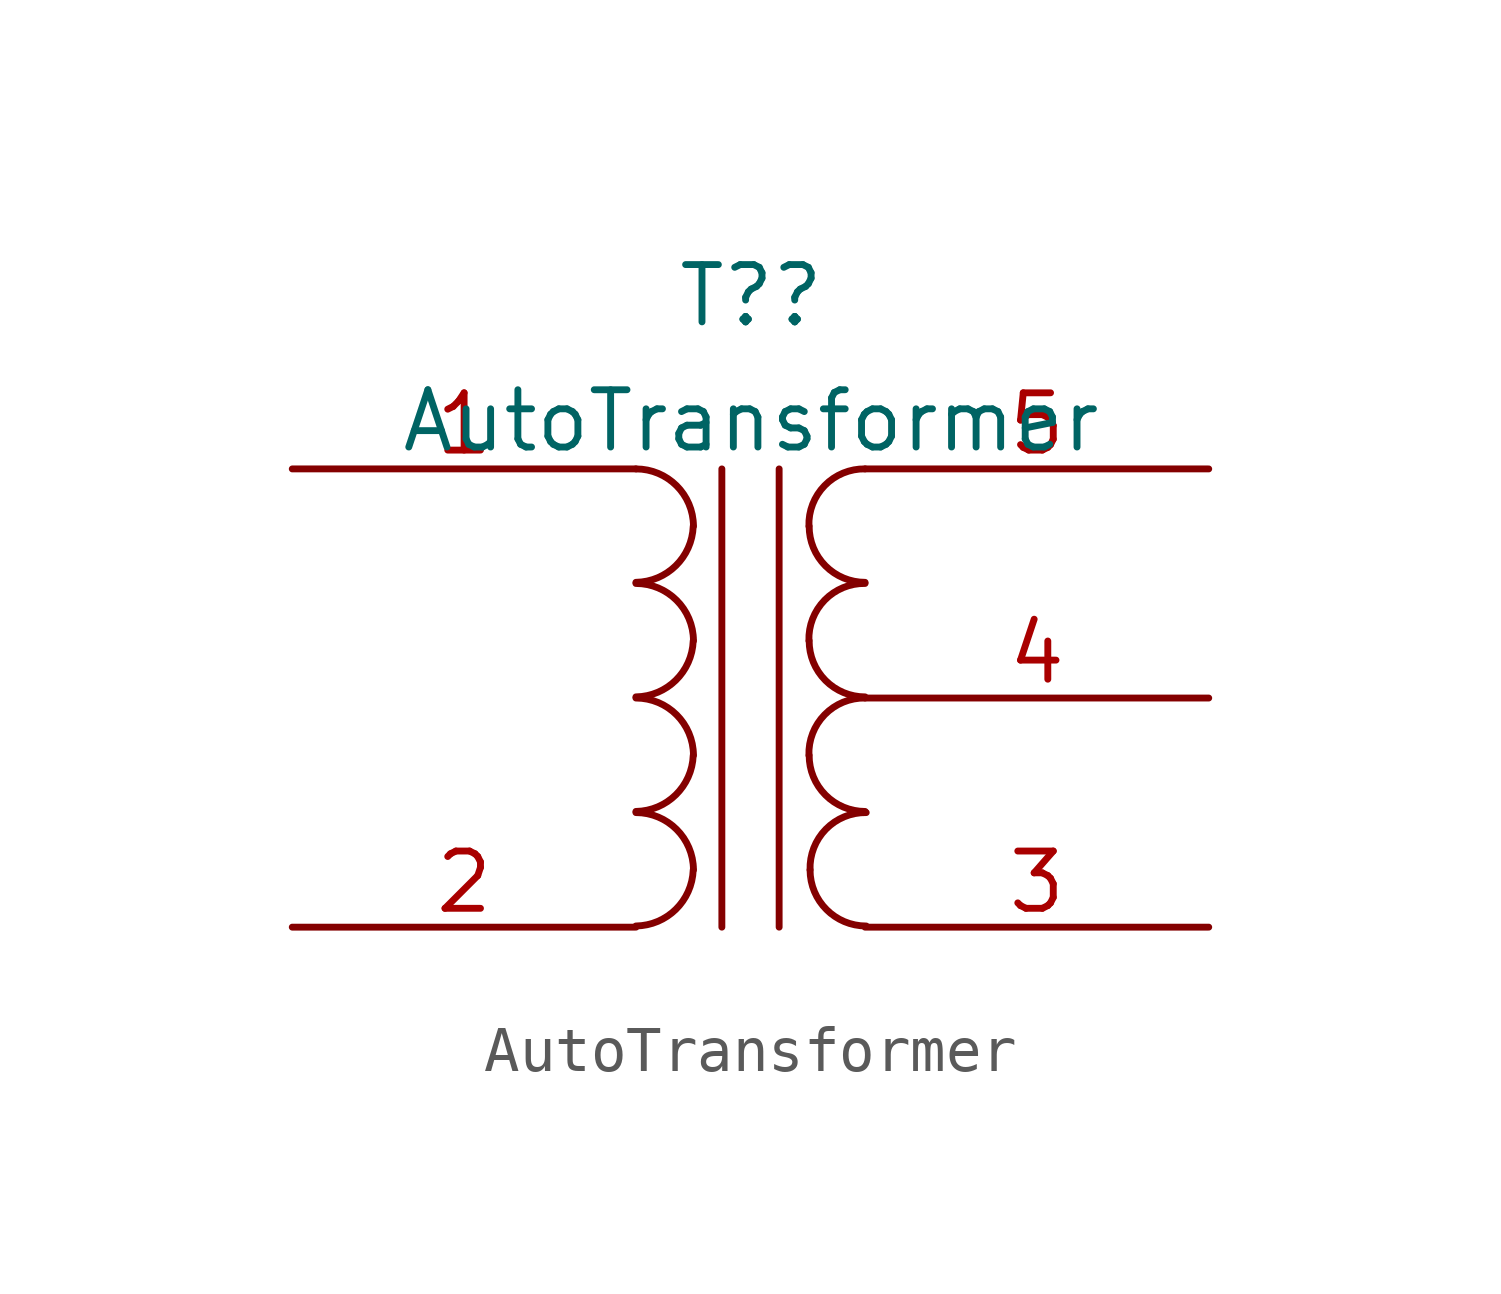
<source format=kicad_sym>
(kicad_symbol_lib
  (version 20211014)
  (generator kicad_symbol_editor)
  (symbol "AutoTransformer"
    (pin_names
      (offset 1.016) hide)
    (property "Reference" "T?"
      (at 0.013 8.92 0)
      (effects (font (size 1.27 1.27))))
    (property "Value" "AutoTransformer"
      (at 0.013 6.145 0)
      (effects (font (size 1.27 1.27))))
    (symbol "AutoTransformer_0_1"
      (arc (start -2.54 -5.0546) (mid -1.6561 -4.6863) (end -1.27 -3.81) (stroke (width 0) (type default) (color 0 0 0 0)) (fill (type none)))
      (arc (start -2.54 -2.5146) (mid -1.6561 -2.1463) (end -1.27 -1.27) (stroke (width 0) (type default) (color 0 0 0 0)) (fill (type none)))
      (arc (start -2.54 0.0254) (mid -1.6561 0.3937) (end -1.27 1.27) (stroke (width 0) (type default) (color 0 0 0 0)) (fill (type none)))
      (arc (start -2.54 2.5654) (mid -1.6561 2.9337) (end -1.27 3.81) (stroke (width 0) (type default) (color 0 0 0 0)) (fill (type none)))
      (arc (start -1.27 -3.81) (mid -1.642 -2.912) (end -2.54 -2.54) (stroke (width 0) (type default) (color 0 0 0 0)) (fill (type none)))
      (arc (start -1.27 -1.27) (mid -1.642 -0.372) (end -2.54 0) (stroke (width 0) (type default) (color 0 0 0 0)) (fill (type none)))
      (arc (start -1.27 1.27) (mid -1.642 2.168) (end -2.54 2.54) (stroke (width 0) (type default) (color 0 0 0 0)) (fill (type none)))
      (arc (start -1.27 3.81) (mid -1.642 4.708) (end -2.54 5.08) (stroke (width 0) (type default) (color 0 0 0 0)) (fill (type none)))
      (polyline (pts (xy -0.635 5.08) (xy -0.635 -5.08)) (stroke (width 0) (type default) (color 0 0 0 0)) (fill (type none)))
      (polyline (pts (xy 0.635 -5.08) (xy 0.635 5.08)) (stroke (width 0) (type default) (color 0 0 0 0)) (fill (type none)))
      (arc (start 1.2954 -1.27) (mid 1.6599 -2.1501) (end 2.54 -2.5146) (stroke (width 0) (type default) (color 0 0 0 0)) (fill (type none)))
      (arc (start 1.2954 1.27) (mid 1.6599 0.3899) (end 2.54 0.0254) (stroke (width 0) (type default) (color 0 0 0 0)) (fill (type none)))
      (arc (start 1.2954 3.81) (mid 1.6599 2.9299) (end 2.54 2.5654) (stroke (width 0) (type default) (color 0 0 0 0)) (fill (type none)))
      (arc (start 1.3208 -3.81) (mid 1.6853 -4.6901) (end 2.5654 -5.0546) (stroke (width 0) (type default) (color 0 0 0 0)) (fill (type none)))
      (arc (start 2.54 0) (mid 1.6456 -0.3683) (end 1.2954 -1.27) (stroke (width 0) (type default) (color 0 0 0 0)) (fill (type none)))
      (arc (start 2.54 2.54) (mid 1.6456 2.1717) (end 1.2954 1.27) (stroke (width 0) (type default) (color 0 0 0 0)) (fill (type none)))
      (arc (start 2.54 5.08) (mid 1.6456 4.7117) (end 1.2954 3.81) (stroke (width 0) (type default) (color 0 0 0 0)) (fill (type none)))
      (arc (start 2.5654 -2.54) (mid 1.671 -2.9083) (end 1.3208 -3.81) (stroke (width 0) (type default) (color 0 0 0 0)) (fill (type none))))
    (symbol "AutoTransformer_1_1"
      (pin passive line (at -10.16 5.08 0) (length 7.62) (name "AA" (effects (font (size 1.27 1.27)))) (number "1" (effects (font (size 1.27 1.27)))))
      (pin passive line (at -10.16 -5.08 0) (length 7.62) (name "AB" (effects (font (size 1.27 1.27)))) (number "2" (effects (font (size 1.27 1.27)))))
      (pin passive line (at 10.16 -5.08 180) (length 7.62) (name "SA" (effects (font (size 1.27 1.27)))) (number "3" (effects (font (size 1.27 1.27)))))
      (pin passive line (at 10.16 0 180) (length 7.62) (name "SC" (effects (font (size 1.27 1.27)))) (number "4" (effects (font (size 1.27 1.27)))))
      (pin passive line (at 10.16 5.08 180) (length 7.62) (name "SB" (effects (font (size 1.27 1.27)))) (number "5" (effects (font (size 1.27 1.27))))))))
</source>
